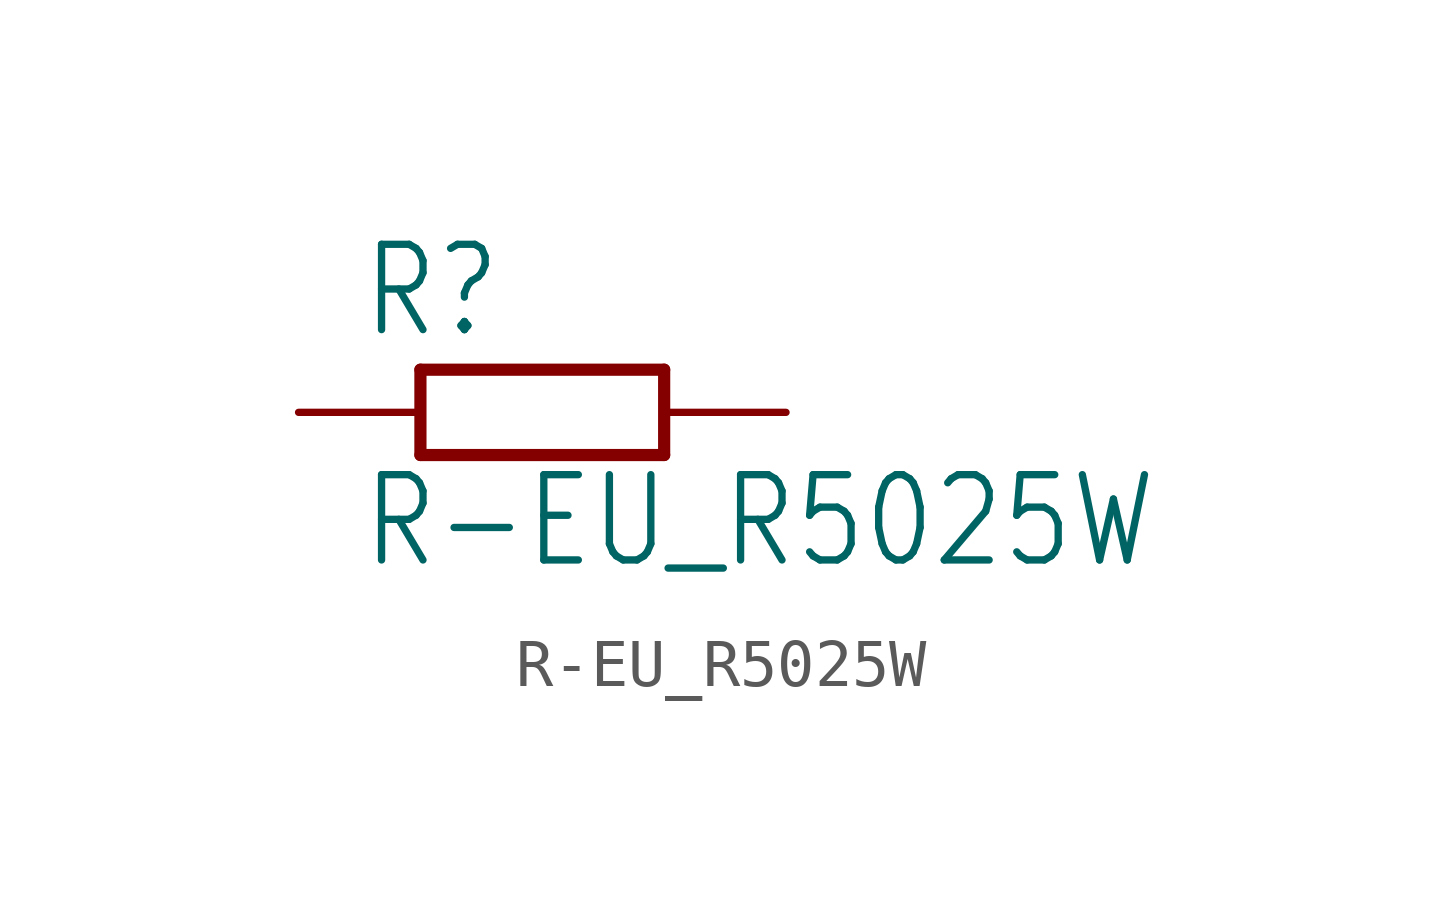
<source format=kicad_sym>
(kicad_symbol_lib
  (version 20220331)
  (generator kicad_symbol_editor)
  (symbol "R-EU_R5025W"
    (property "Reference" "R"
      (at -3.81 1.499 0)
      (effects (font (size 1.778 1.511)) (justify left bottom)))
    (property "Value" "R-EU_R5025W"
      (at -3.81 -3.302 0)
      (effects (font (size 1.778 1.511)) (justify left bottom)))
    (property "ki_locked" ""
      (at 0 0 0)
      (effects (font (size 1.27 1.27))))
    (symbol "R-EU_R5025W_1_0"
      (polyline (pts (xy -2.54 -0.889) (xy -2.54 0.889)) (stroke (width 0.254) (type solid)) (fill (type none)))
      (polyline (pts (xy -2.54 -0.889) (xy 2.54 -0.889)) (stroke (width 0.254) (type solid)) (fill (type none)))
      (polyline (pts (xy 2.54 -0.889) (xy 2.54 0.889)) (stroke (width 0.254) (type solid)) (fill (type none)))
      (polyline (pts (xy 2.54 0.889) (xy -2.54 0.889)) (stroke (width 0.254) (type solid)) (fill (type none)))
      (pin passive line (at -5.08 0 0) (length 2.54) (name "1" (effects (font (size 0 0)))) (number "1" (effects (font (size 0 0)))))
      (pin passive line (at 5.08 0 180) (length 2.54) (name "2" (effects (font (size 0 0)))) (number "2" (effects (font (size 0 0))))))))
</source>
